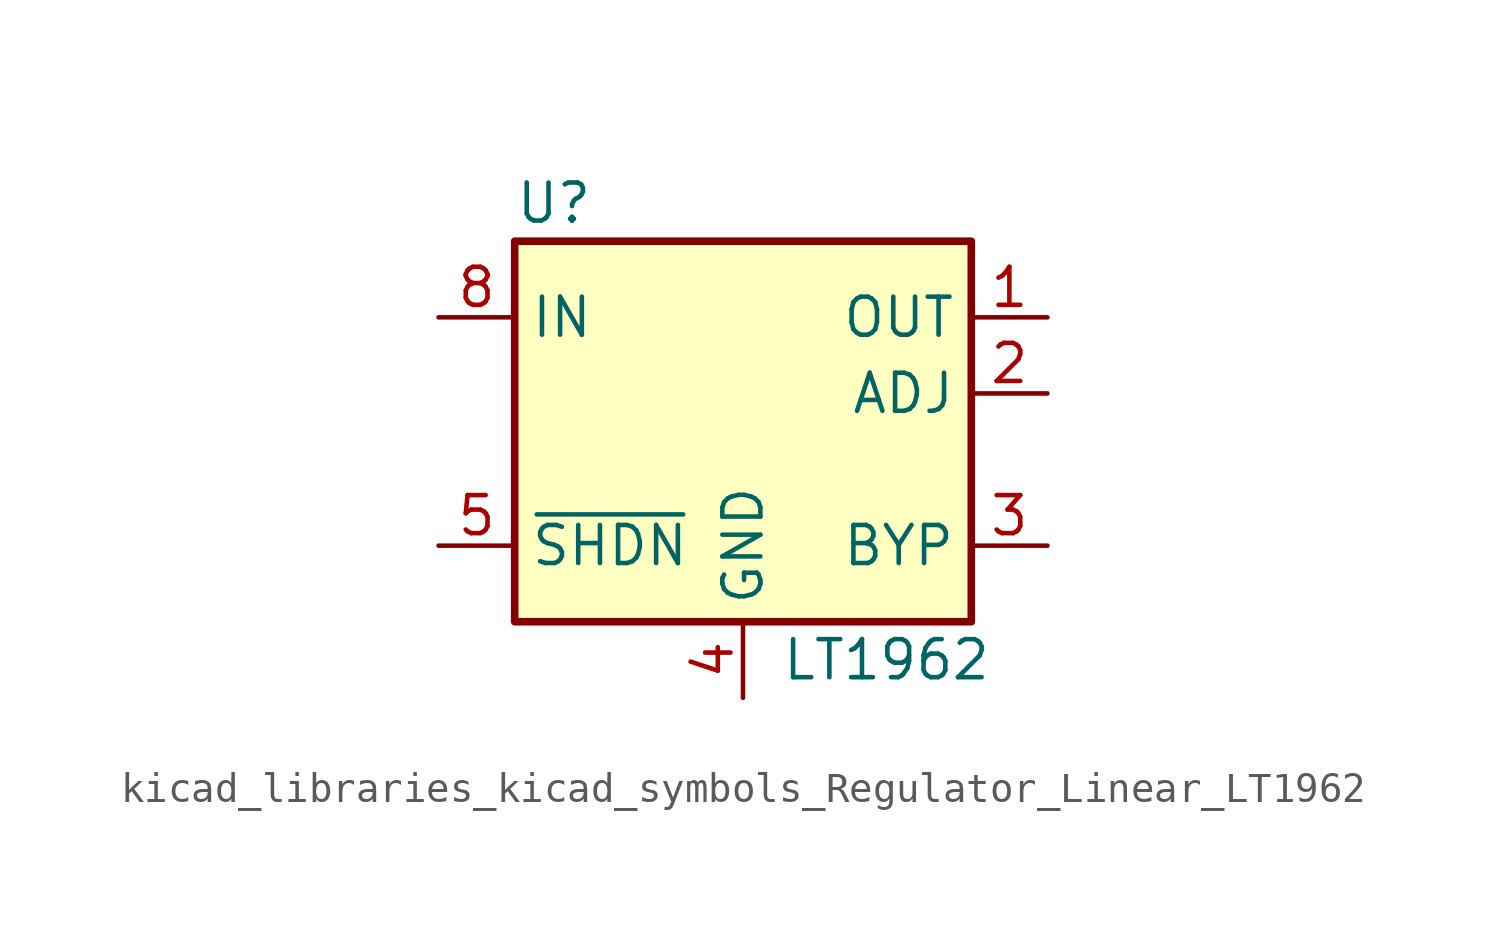
<source format=kicad_sym>
(kicad_symbol_lib
  (version 20220914)
  (generator kicad_symbol_editor)
  (symbol "kicad_libraries_kicad_symbols_Regulator_Linear_LT1962"
    (property "Reference" "U"
      (at -7.62 8.89 0)
      (effects (font (size 1.27 1.27)) (justify left)))
    (property "Value" "LT1962"
      (at 1.27 -6.35 0)
      (effects (font (size 1.27 1.27)) (justify left)))
    (symbol "kicad_libraries_kicad_symbols_Regulator_Linear_LT1962_0_1"
      (rectangle (start -7.62 7.62) (end 7.62 -5.08) (stroke (width 0.254) (type default)) (fill (type background))))
    (symbol "kicad_libraries_kicad_symbols_Regulator_Linear_LT1962_1_1"
      (pin power_out line (at 10.16 5.08 180) (length 2.54) (name "OUT" (effects (font (size 1.27 1.27)))) (number "1" (effects (font (size 1.27 1.27)))))
      (pin input line (at 10.16 2.54 180) (length 2.54) (name "ADJ" (effects (font (size 1.27 1.27)))) (number "2" (effects (font (size 1.27 1.27)))))
      (pin passive line (at 10.16 -2.54 180) (length 2.54) (name "BYP" (effects (font (size 1.27 1.27)))) (number "3" (effects (font (size 1.27 1.27)))))
      (pin power_in line (at 0 -7.62 90) (length 2.54) (name "GND" (effects (font (size 1.27 1.27)))) (number "4" (effects (font (size 1.27 1.27)))))
      (pin input line (at -10.16 -2.54 0) (length 2.54) (name "~{SHDN}" (effects (font (size 1.27 1.27)))) (number "5" (effects (font (size 1.27 1.27)))))
      (pin no_connect line (at 2.54 5.08 90) (length 2.54) hide (name "NC" (effects (font (size 1.27 1.27)))) (number "6" (effects (font (size 1.27 1.27)))))
      (pin no_connect line (at 2.54 2.54 90) (length 2.54) hide (name "NC" (effects (font (size 1.27 1.27)))) (number "7" (effects (font (size 1.27 1.27)))))
      (pin power_in line (at -10.16 5.08 0) (length 2.54) (name "IN" (effects (font (size 1.27 1.27)))) (number "8" (effects (font (size 1.27 1.27))))))))
</source>
